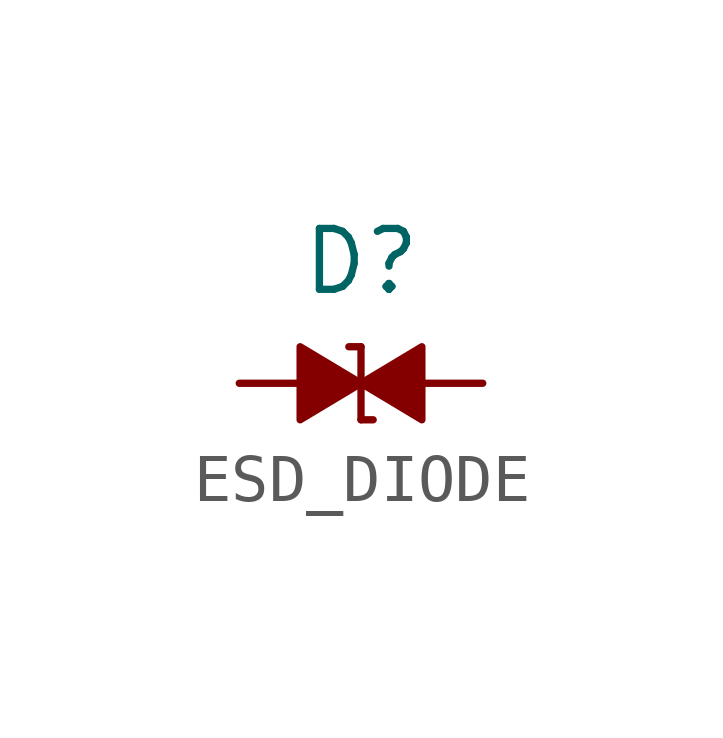
<source format=kicad_sym>
(kicad_symbol_lib
  (version 20211014)
  (generator kicad_symbol_editor)
  (symbol "ESD_DIODE"
    (pin_numbers hide)
    (pin_names
      (offset 0) hide)
    (property "Reference" "D"
      (at -1.27 2.54 0)
      (effects (font (size 1.27 1.27)) (justify left)))
    (symbol "ESD_DIODE_0_1"
      (polyline (pts (xy 0 -0.762) (xy 0.254 -0.762)) (stroke (width 0) (type default) (color 0 0 0 0)) (fill (type none)))
      (polyline (pts (xy 0 0.762) (xy -0.254 0.762)) (stroke (width 0) (type default) (color 0 0 0 0)) (fill (type none)))
      (polyline (pts (xy 0 0.762) (xy 0 -0.762)) (stroke (width 0) (type default) (color 0 0 0 0)) (fill (type none)))
      (polyline (pts (xy 0 0) (xy -1.27 0.762) (xy -1.27 -0.762) (xy 0 0)) (stroke (width 0) (type default) (color 0 0 0 0)) (fill (type outline)))
      (polyline (pts (xy 0 0) (xy 1.27 0.762) (xy 1.27 -0.762) (xy 0 0)) (stroke (width 0) (type default) (color 0 0 0 0)) (fill (type outline))))
    (symbol "ESD_DIODE_1_1"
      (pin passive line (at -2.54 0 0) (length 1.27) (name "1" (effects (font (size 1.27 1.27)))) (number "1" (effects (font (size 1.27 1.27)))))
      (pin passive line (at 2.54 0 180) (length 1.27) (name "2" (effects (font (size 1.27 1.27)))) (number "2" (effects (font (size 1.27 1.27))))))))
</source>
